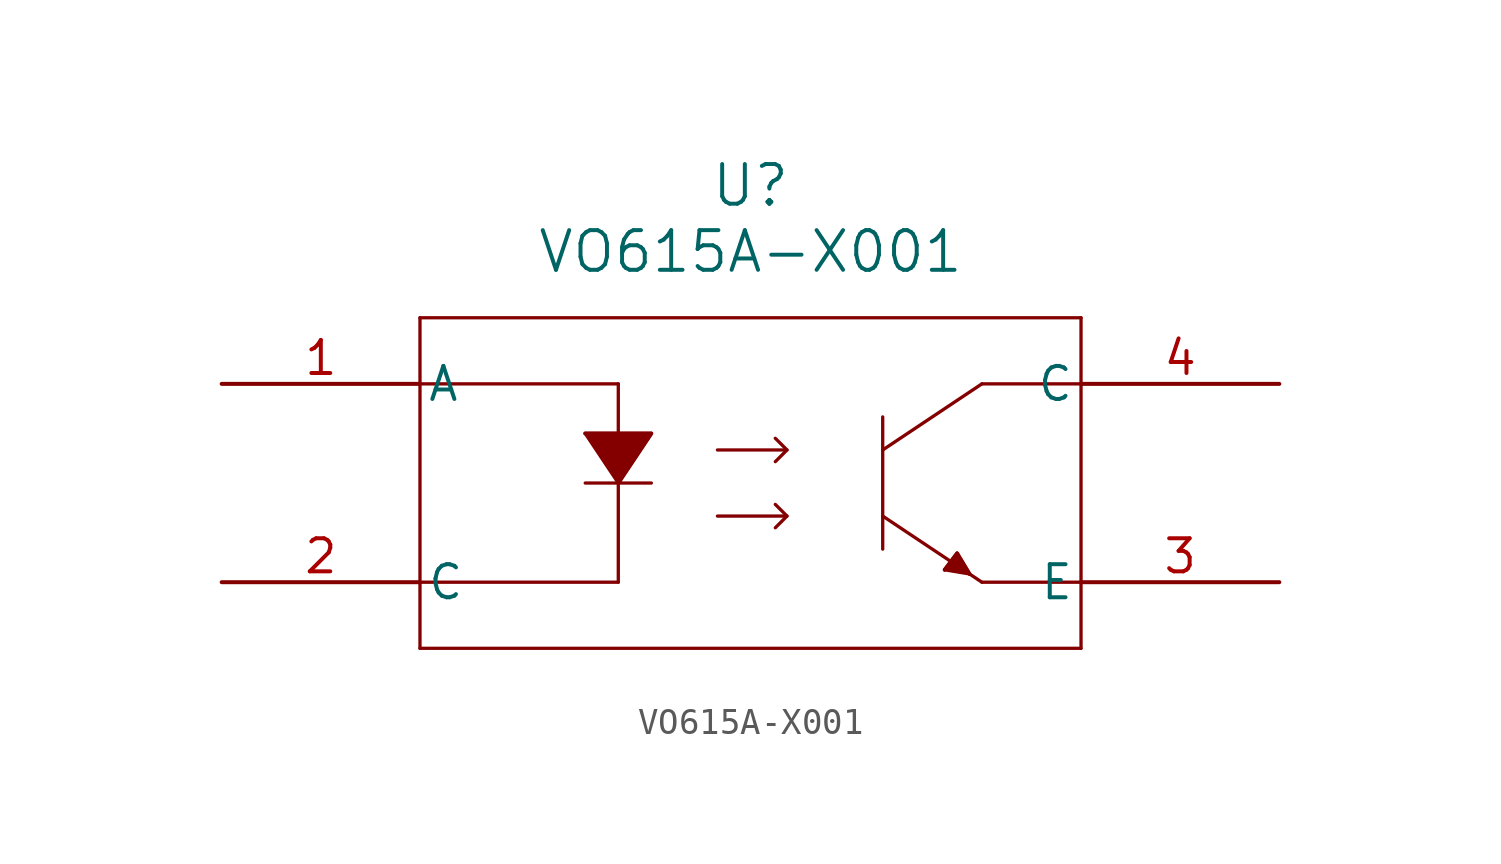
<source format=kicad_sym>
(kicad_symbol_lib
  (version 20211014)
  (generator kicad_symbol_editor)
  (symbol "VO615A-X001"
    (pin_names
      (offset 0.254))
    (property "Reference" "U"
      (at 20.32 7.62 0)
      (effects (font (size 1.524 1.524))))
    (property "Value" "VO615A-X001"
      (at 20.32 5.08 0)
      (effects (font (size 1.524 1.524))))
    (symbol "VO615A-X001_0_1"
      (polyline (pts (xy 7.62 2.54) (xy 7.62 -10.16)) (stroke (width 0.127) (type default) (color 0 0 0 0)) (fill (type none)))
      (polyline (pts (xy 7.62 -10.16) (xy 33.02 -10.16)) (stroke (width 0.127) (type default) (color 0 0 0 0)) (fill (type none)))
      (polyline (pts (xy 33.02 -10.16) (xy 33.02 2.54)) (stroke (width 0.127) (type default) (color 0 0 0 0)) (fill (type none)))
      (polyline (pts (xy 33.02 2.54) (xy 7.62 2.54)) (stroke (width 0.127) (type default) (color 0 0 0 0)) (fill (type none)))
      (polyline (pts (xy 7.62 0) (xy 15.24 0)) (stroke (width 0.127) (type default) (color 0 0 0 0)) (fill (type none)))
      (polyline (pts (xy 15.24 0) (xy 15.24 -7.62)) (stroke (width 0.127) (type default) (color 0 0 0 0)) (fill (type none)))
      (polyline (pts (xy 15.24 -7.62) (xy 7.62 -7.62)) (stroke (width 0.127) (type default) (color 0 0 0 0)) (fill (type none)))
      (polyline (pts (xy 25.4 -6.35) (xy 25.4 -1.27)) (stroke (width 0.127) (type default) (color 0 0 0 0)) (fill (type none)))
      (polyline (pts (xy 33.02 -7.62) (xy 29.21 -7.62)) (stroke (width 0.127) (type default) (color 0 0 0 0)) (fill (type none)))
      (polyline (pts (xy 33.02 0) (xy 29.21 0)) (stroke (width 0.127) (type default) (color 0 0 0 0)) (fill (type none)))
      (polyline (pts (xy 29.21 0) (xy 25.4 -2.54)) (stroke (width 0.127) (type default) (color 0 0 0 0)) (fill (type none)))
      (polyline (pts (xy 25.4 -5.08) (xy 29.21 -7.62)) (stroke (width 0.127) (type default) (color 0 0 0 0)) (fill (type none)))
      (polyline (pts (xy 28.734 -7.303) (xy 27.781 -7.144)) (stroke (width 0.127) (type default) (color 0 0 0 0)) (fill (type none)))
      (polyline (pts (xy 28.734 -7.303) (xy 28.258 -6.509)) (stroke (width 0.127) (type default) (color 0 0 0 0)) (fill (type none)))
      (polyline (pts (xy 28.258 -6.509) (xy 27.781 -7.144)) (stroke (width 0.127) (type default) (color 0 0 0 0)) (fill (type none)))
      (polyline (pts (xy 28.734 -7.303) (xy 28.258 -6.509) (xy 27.781 -7.144)) (stroke (width 0) (type default) (color 0 0 0 0)) (fill (type outline)))
      (polyline (pts (xy 13.97 -1.905) (xy 16.51 -1.905)) (stroke (width 0.127) (type default) (color 0 0 0 0)) (fill (type none)))
      (polyline (pts (xy 16.51 -1.905) (xy 15.24 -3.81)) (stroke (width 0.127) (type default) (color 0 0 0 0)) (fill (type none)))
      (polyline (pts (xy 15.24 -3.81) (xy 13.97 -1.905)) (stroke (width 0.127) (type default) (color 0 0 0 0)) (fill (type none)))
      (polyline (pts (xy 13.97 -3.81) (xy 16.51 -3.81)) (stroke (width 0.127) (type default) (color 0 0 0 0)) (fill (type none)))
      (polyline (pts (xy 19.05 -2.54) (xy 21.59 -2.54)) (stroke (width 0.127) (type default) (color 0 0 0 0)) (fill (type none)))
      (polyline (pts (xy 19.05 -5.08) (xy 21.59 -5.08)) (stroke (width 0.127) (type default) (color 0 0 0 0)) (fill (type none)))
      (polyline (pts (xy 21.722 -2.54) (xy 21.273 -2.091)) (stroke (width 0.127) (type default) (color 0 0 0 0)) (fill (type none)))
      (polyline (pts (xy 21.722 -2.54) (xy 21.273 -2.989)) (stroke (width 0.127) (type default) (color 0 0 0 0)) (fill (type none)))
      (polyline (pts (xy 21.722 -5.08) (xy 21.273 -4.631)) (stroke (width 0.127) (type default) (color 0 0 0 0)) (fill (type none)))
      (polyline (pts (xy 21.722 -5.08) (xy 21.273 -5.529)) (stroke (width 0.127) (type default) (color 0 0 0 0)) (fill (type none)))
      (polyline (pts (xy 13.97 -1.905) (xy 16.51 -1.905) (xy 15.24 -3.81)) (stroke (width 0) (type default) (color 0 0 0 0)) (fill (type outline)))
      (pin unspecified line (at 0 0 0) (length 7.62) (name "A" (effects (font (size 1.27 1.27)))) (number "1" (effects (font (size 1.27 1.27)))))
      (pin unspecified line (at 0 -7.62 0) (length 7.62) (name "C" (effects (font (size 1.27 1.27)))) (number "2" (effects (font (size 1.27 1.27)))))
      (pin unspecified line (at 40.64 -7.62 180) (length 7.62) (name "E" (effects (font (size 1.27 1.27)))) (number "3" (effects (font (size 1.27 1.27)))))
      (pin unspecified line (at 40.64 0 180) (length 7.62) (name "C" (effects (font (size 1.27 1.27)))) (number "4" (effects (font (size 1.27 1.27))))))))
</source>
